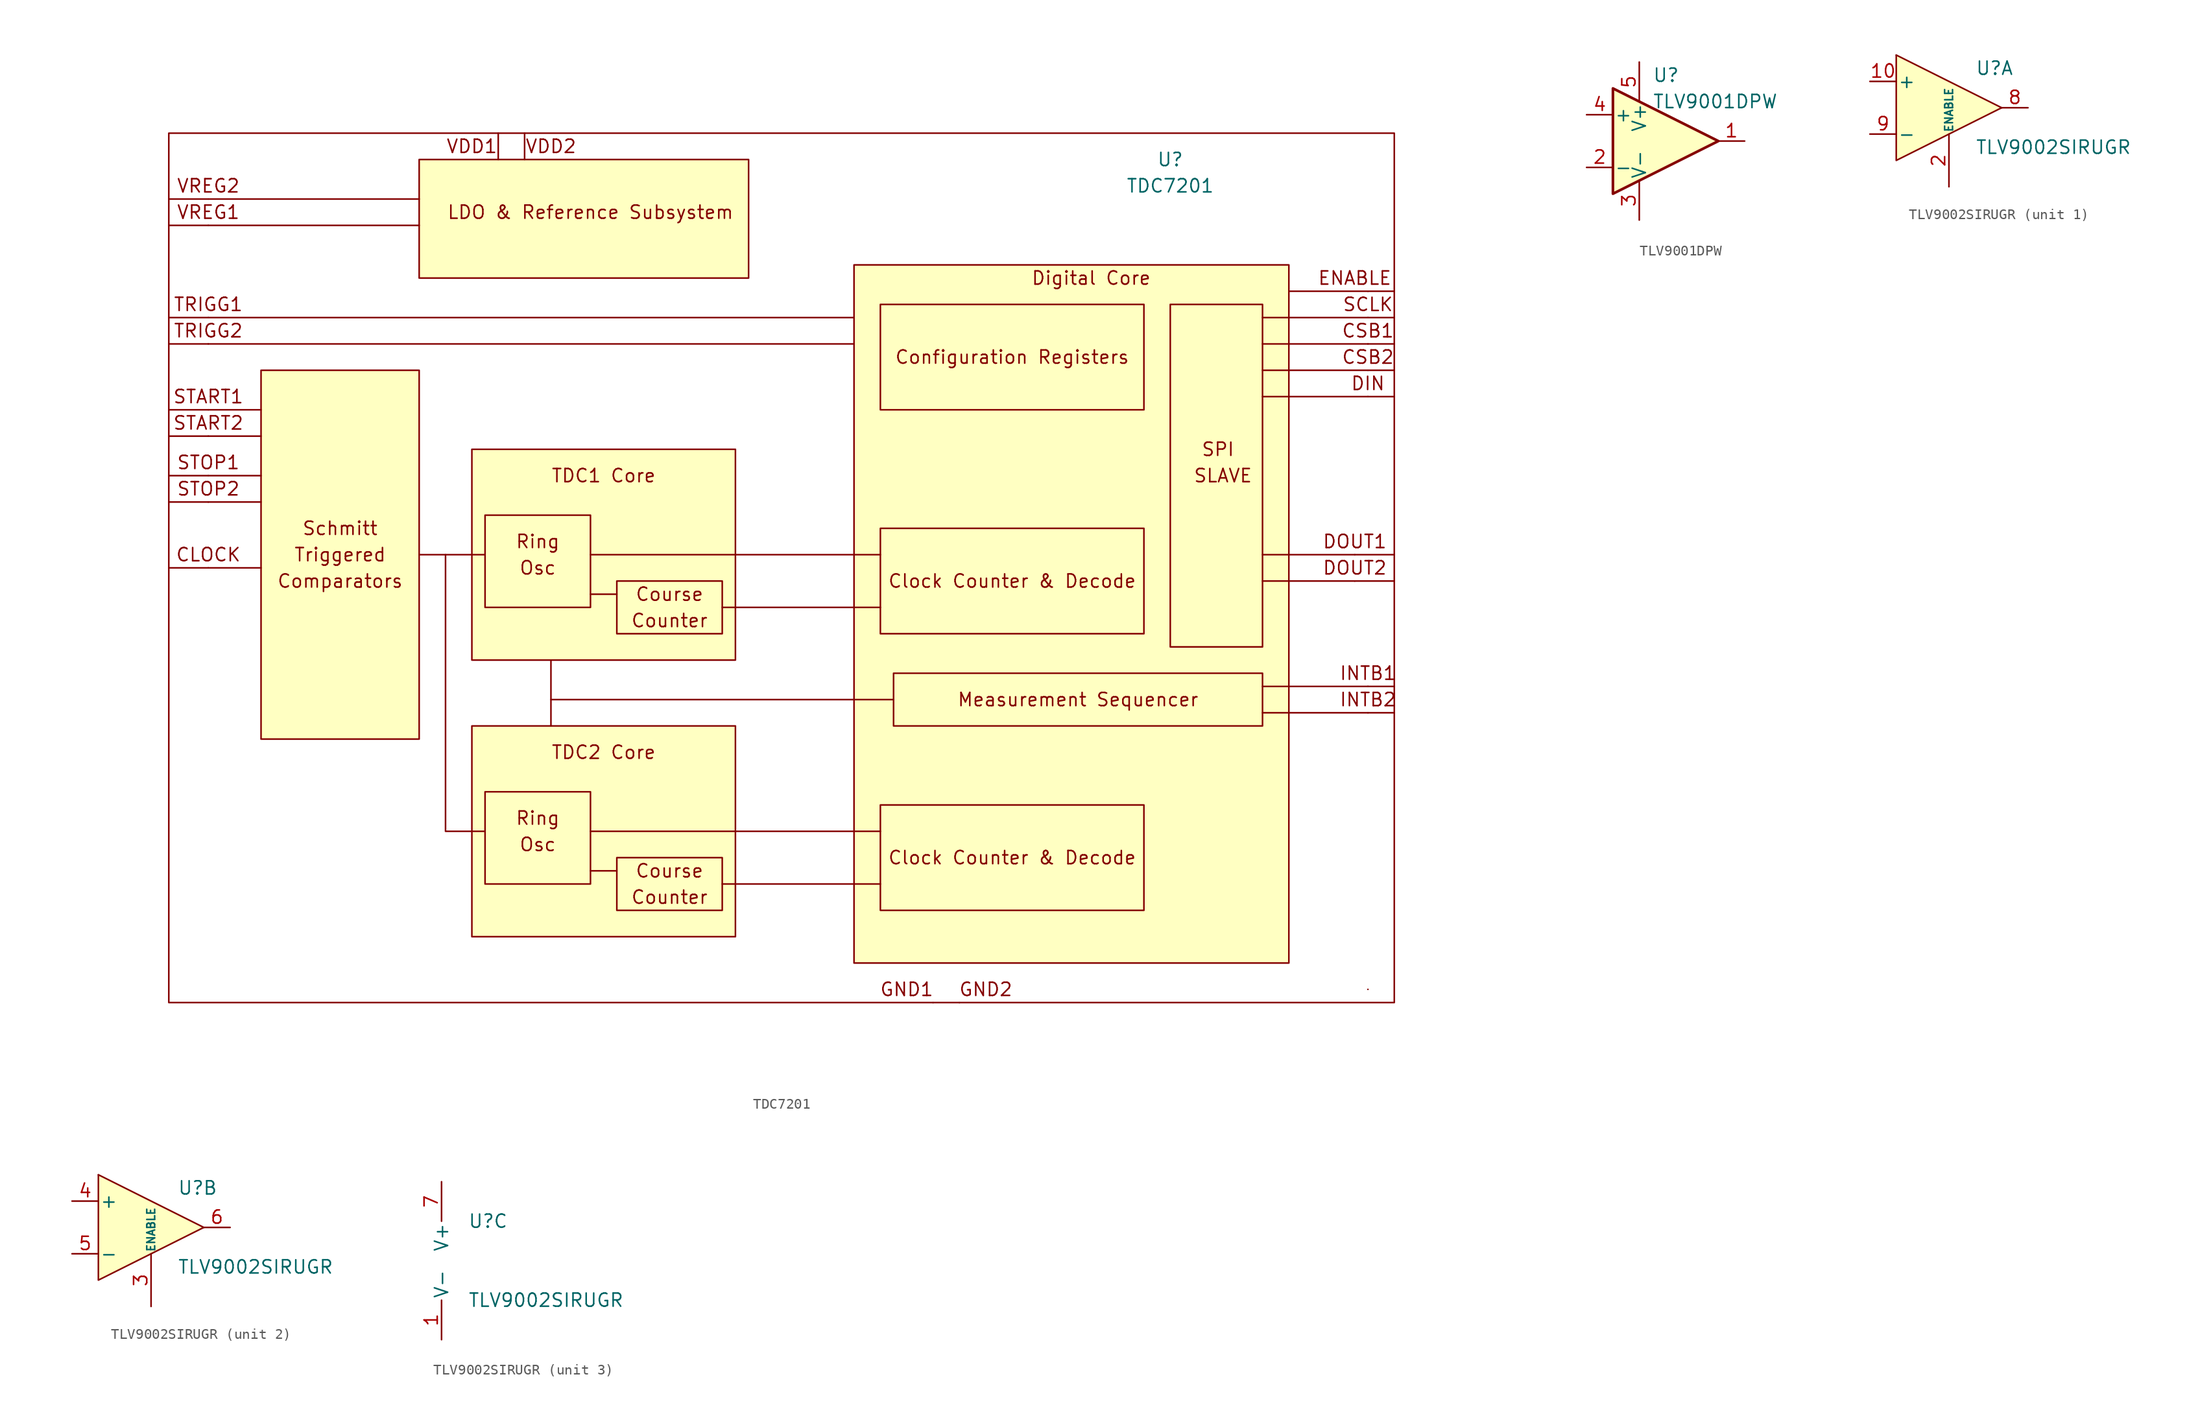
<source format=kicad_sym>
(kicad_symbol_lib
  (version 20220914)
  (generator kicad_symbol_editor)
  (symbol "TDC7201"
    (pin_names
      (offset 1.016))
    (property "Reference" "U"
      (at 34.29 39.37 0)
      (effects (font (size 1.27 1.27))))
    (property "Value" "TDC7201"
      (at 34.29 36.83 0)
      (effects (font (size 1.27 1.27))))
    (symbol "TDC7201_0_0"
      (rectangle (start -62.23 41.91) (end 55.88 -41.91) (stroke (width 0) (type solid)) (fill (type none)))
      (rectangle (start -53.34 19.05) (end -38.1 -16.51) (stroke (width 0) (type solid)) (fill (type background)))
      (rectangle (start -33.02 -15.24) (end -7.62 -35.56) (stroke (width 0) (type solid)) (fill (type background)))
      (rectangle (start -31.75 -21.59) (end -21.59 -30.48) (stroke (width 0) (type solid)) (fill (type none)))
      (rectangle (start -19.05 -27.94) (end -8.89 -33.02) (stroke (width 0) (type solid)) (fill (type none)))
      (rectangle (start -6.35 27.94) (end -38.1 39.37) (stroke (width 0) (type solid)) (fill (type background)))
      (polyline (pts (xy -58.42 0) (xy -53.34 0)) (stroke (width 0) (type solid)) (fill (type none)))
      (polyline (pts (xy -58.42 6.35) (xy -53.34 6.35)) (stroke (width 0) (type solid)) (fill (type none)))
      (polyline (pts (xy -58.42 8.89) (xy -53.34 8.89)) (stroke (width 0) (type solid)) (fill (type none)))
      (polyline (pts (xy -58.42 12.7) (xy -53.34 12.7)) (stroke (width 0) (type solid)) (fill (type none)))
      (polyline (pts (xy -58.42 15.24) (xy -53.34 15.24)) (stroke (width 0) (type solid)) (fill (type none)))
      (polyline (pts (xy -58.42 21.59) (xy 3.81 21.59)) (stroke (width 0) (type solid)) (fill (type none)))
      (polyline (pts (xy -58.42 24.13) (xy 3.81 24.13)) (stroke (width 0) (type solid)) (fill (type none)))
      (polyline (pts (xy -58.42 33.02) (xy -38.1 33.02)) (stroke (width 0) (type solid)) (fill (type none)))
      (polyline (pts (xy -58.42 35.56) (xy -38.1 35.56)) (stroke (width 0) (type solid)) (fill (type none)))
      (polyline (pts (xy -38.1 1.27) (xy -31.75 1.27)) (stroke (width 0) (type solid)) (fill (type none)))
      (polyline (pts (xy -25.4 -12.7) (xy 7.62 -12.7)) (stroke (width 0) (type solid)) (fill (type none)))
      (polyline (pts (xy -25.4 -8.89) (xy -25.4 -15.24)) (stroke (width 0) (type solid)) (fill (type none)))
      (polyline (pts (xy -21.59 -29.21) (xy -19.05 -29.21)) (stroke (width 0) (type solid)) (fill (type none)))
      (polyline (pts (xy -21.59 -25.4) (xy 6.35 -25.4)) (stroke (width 0) (type solid)) (fill (type none)))
      (polyline (pts (xy -21.59 -2.54) (xy -19.05 -2.54)) (stroke (width 0) (type solid)) (fill (type none)))
      (polyline (pts (xy -8.89 -30.48) (xy 6.35 -30.48)) (stroke (width 0) (type solid)) (fill (type none)))
      (polyline (pts (xy -8.89 -3.81) (xy 6.35 -3.81)) (stroke (width 0) (type solid)) (fill (type none)))
      (polyline (pts (xy 6.35 1.27) (xy -21.59 1.27)) (stroke (width 0) (type solid)) (fill (type none)))
      (polyline (pts (xy 43.18 -13.97) (xy 53.34 -13.97)) (stroke (width 0) (type solid)) (fill (type none)))
      (polyline (pts (xy 52.07 -1.27) (xy 43.18 -1.27)) (stroke (width 0) (type solid)) (fill (type none)))
      (polyline (pts (xy 52.07 1.27) (xy 43.18 1.27)) (stroke (width 0) (type solid)) (fill (type none)))
      (polyline (pts (xy 53.34 -11.43) (xy 43.18 -11.43)) (stroke (width 0) (type solid)) (fill (type none)))
      (polyline (pts (xy 53.34 16.51) (xy 43.18 16.51)) (stroke (width 0) (type solid)) (fill (type none)))
      (polyline (pts (xy 53.34 19.05) (xy 43.18 19.05)) (stroke (width 0) (type solid)) (fill (type none)))
      (polyline (pts (xy 53.34 21.59) (xy 43.18 21.59)) (stroke (width 0) (type solid)) (fill (type none)))
      (polyline (pts (xy 53.34 24.13) (xy 43.18 24.13)) (stroke (width 0) (type solid)) (fill (type none)))
      (polyline (pts (xy 53.34 26.67) (xy 45.72 26.67)) (stroke (width 0) (type solid)) (fill (type none)))
      (polyline (pts (xy -35.56 1.27) (xy -35.56 -25.4) (xy -31.75 -25.4)) (stroke (width 0) (type solid)) (fill (type none)))
      (rectangle (start 3.81 29.21) (end 45.72 -38.1) (stroke (width 0) (type solid)) (fill (type background)))
      (rectangle (start 6.35 -22.86) (end 31.75 -33.02) (stroke (width 0) (type solid)) (fill (type background)))
      (rectangle (start 53.34 -40.64) (end 53.34 -40.64) (stroke (width 0) (type solid)) (fill (type none)))
      (text "CLOCK" (at -58.42 1.27 0) (effects (font (size 1.27 1.27))))
      (text "Clock Counter & Decode" (at 19.05 -27.94 0) (effects (font (size 1.27 1.27))))
      (text "Comparators" (at -45.72 -1.27 0) (effects (font (size 1.27 1.27))))
      (text "Configuration Registers" (at 19.05 20.32 0) (effects (font (size 1.27 1.27))))
      (text "Counter" (at -13.97 -31.75 0) (effects (font (size 1.27 1.27))))
      (text "Course" (at -13.97 -29.21 0) (effects (font (size 1.27 1.27))))
      (text "CSB1" (at 53.34 22.86 0) (effects (font (size 1.27 1.27))))
      (text "CSB2" (at 53.34 20.32 0) (effects (font (size 1.27 1.27))))
      (text "Digital Core" (at 26.67 27.94 0) (effects (font (size 1.27 1.27))))
      (text "DIN" (at 53.34 17.78 0) (effects (font (size 1.27 1.27))))
      (text "DOUT1" (at 52.07 2.54 0) (effects (font (size 1.27 1.27))))
      (text "DOUT2" (at 52.07 0 0) (effects (font (size 1.27 1.27))))
      (text "ENABLE" (at 52.07 27.94 0) (effects (font (size 1.27 1.27))))
      (text "GND1" (at 8.89 -40.64 0) (effects (font (size 1.27 1.27))))
      (text "GND2" (at 16.51 -40.64 0) (effects (font (size 1.27 1.27))))
      (text "INTB1" (at 53.34 -10.16 0) (effects (font (size 1.27 1.27))))
      (text "INTB2" (at 53.34 -12.7 0) (effects (font (size 1.27 1.27))))
      (text "LDO & Reference Subsystem" (at -21.59 34.29 0) (effects (font (size 1.27 1.27))))
      (text "Measurement Sequencer" (at 25.4 -12.7 0) (effects (font (size 1.27 1.27))))
      (text "Osc" (at -26.67 -26.67 0) (effects (font (size 1.27 1.27))))
      (text "Ring" (at -26.67 -24.13 0) (effects (font (size 1.27 1.27))))
      (text "Schmitt" (at -45.72 3.81 0) (effects (font (size 1.27 1.27))))
      (text "SCLK" (at 53.34 25.4 0) (effects (font (size 1.27 1.27))))
      (text "SLAVE" (at 39.37 8.89 0) (effects (font (size 1.27 1.27))))
      (text "SPI " (at 39.37 11.43 0) (effects (font (size 1.27 1.27))))
      (text "START1" (at -58.42 16.51 0) (effects (font (size 1.27 1.27))))
      (text "START2" (at -58.42 13.97 0) (effects (font (size 1.27 1.27))))
      (text "STOP1" (at -58.42 10.16 0) (effects (font (size 1.27 1.27))))
      (text "STOP2" (at -58.42 7.62 0) (effects (font (size 1.27 1.27))))
      (text "TDC2 Core" (at -20.32 -17.78 0) (effects (font (size 1.27 1.27))))
      (text "TRIGG1" (at -58.42 25.4 0) (effects (font (size 1.27 1.27))))
      (text "TRIGG2" (at -58.42 22.86 0) (effects (font (size 1.27 1.27))))
      (text "Triggered" (at -45.72 1.27 0) (effects (font (size 1.27 1.27))))
      (text "VDD1" (at -33.02 40.64 0) (effects (font (size 1.27 1.27))))
      (text "VDD2" (at -25.4 40.64 0) (effects (font (size 1.27 1.27))))
      (text "VREG1" (at -58.42 34.29 0) (effects (font (size 1.27 1.27))))
      (text "VREG2" (at -58.42 36.83 0) (effects (font (size 1.27 1.27)))))
    (symbol "TDC7201_1_1"
      (rectangle (start -33.02 11.43) (end -7.62 -8.89) (stroke (width 0) (type solid)) (fill (type background)))
      (rectangle (start -31.75 5.08) (end -21.59 -3.81) (stroke (width 0) (type solid)) (fill (type none)))
      (rectangle (start -19.05 -1.27) (end -8.89 -6.35) (stroke (width 0) (type solid)) (fill (type none)))
      (rectangle (start 6.35 3.81) (end 31.75 -6.35) (stroke (width 0) (type solid)) (fill (type background)))
      (rectangle (start 6.35 15.24) (end 31.75 25.4) (stroke (width 0) (type solid)) (fill (type background)))
      (rectangle (start 7.62 -10.16) (end 43.18 -15.24) (stroke (width 0) (type solid)) (fill (type background)))
      (rectangle (start 34.29 25.4) (end 43.18 -7.62) (stroke (width 0) (type solid)) (fill (type background)))
      (text "Clock Counter & Decode" (at 19.05 -1.27 0) (effects (font (size 1.27 1.27))))
      (text "Counter" (at -13.97 -5.08 0) (effects (font (size 1.27 1.27))))
      (text "Course" (at -13.97 -2.54 0) (effects (font (size 1.27 1.27))))
      (text "Osc" (at -26.67 0 0) (effects (font (size 1.27 1.27))))
      (text "Ring" (at -26.67 2.54 0) (effects (font (size 1.27 1.27))))
      (text "TDC1 Core" (at -20.32 8.89 0) (effects (font (size 1.27 1.27))))
      (pin input line (at -62.23 15.24 0) (length 3.81) (name "START1" (effects (font (size 0 0)))) (number "A1" (effects (font (size 0 0)))))
      (pin output line (at -62.23 24.13 0) (length 3.81) (name "TRIGG1" (effects (font (size 0 0)))) (number "A2" (effects (font (size 0 0)))))
      (pin input line (at 55.88 26.67 180) (length 2.54) (name "ENABLE" (effects (font (size 0 0)))) (number "A3" (effects (font (size 0 0)))))
      (pin power_in line (at -62.23 33.02 0) (length 3.81) (name "VREG1" (effects (font (size 0 0)))) (number "A4" (effects (font (size 0 0)))))
      (pin input line (at 55.88 24.13 180) (length 2.54) (name "SCLK" (effects (font (size 0 0)))) (number "A5" (effects (font (size 0 0)))))
      (pin input line (at -62.23 8.89 0) (length 3.81) (name "STOP1" (effects (font (size 0 0)))) (number "B1" (effects (font (size 0 0)))))
      (pin power_in line (at 11.43 -41.91 90) (length 0) (name "GND1" (effects (font (size 0 0)))) (number "B2" (effects (font (size 0 0)))))
      (pin output line (at 55.88 -11.43 180) (length 2.54) (name "INTB1" (effects (font (size 0 0)))) (number "B3" (effects (font (size 0 0)))))
      (pin power_in line (at -30.48 41.91 270) (length 2.54) (name "VDD1" (effects (font (size 0 0)))) (number "B4" (effects (font (size 0 0)))))
      (pin input line (at 55.88 21.59 180) (length 2.54) (name "CSB1" (effects (font (size 0 0)))) (number "B5" (effects (font (size 0 0)))))
      (pin input line (at -62.23 0 0) (length 3.81) (name "CLOCK" (effects (font (size 0 0)))) (number "C1" (effects (font (size 0 0)))))
      (pin power_in line (at -27.94 41.91 270) (length 2.54) (name "VDD2" (effects (font (size 0 0)))) (number "C4" (effects (font (size 0 0)))))
      (pin output line (at 55.88 1.27 180) (length 3.81) (name "DOUT1" (effects (font (size 0 0)))) (number "C5" (effects (font (size 0 0)))))
      (pin input line (at -62.23 12.7 0) (length 3.81) (name "START2" (effects (font (size 0 0)))) (number "D1" (effects (font (size 0 0)))))
      (pin output line (at -62.23 21.59 0) (length 3.81) (name "TRIGG2" (effects (font (size 0 0)))) (number "D2" (effects (font (size 0 0)))))
      (pin output line (at 55.88 -13.97 180) (length 2.54) (name "INTB2" (effects (font (size 0 0)))) (number "D3" (effects (font (size 0 0)))))
      (pin input line (at 55.88 16.51 180) (length 2.54) (name "DIN" (effects (font (size 0 0)))) (number "D5" (effects (font (size 0 0)))))
      (pin input line (at -62.23 6.35 0) (length 3.81) (name "STOP2" (effects (font (size 0 0)))) (number "E1" (effects (font (size 0 0)))))
      (pin power_in line (at 13.97 -41.91 90) (length 0) (name "GND2" (effects (font (size 0 0)))) (number "E2" (effects (font (size 0 0)))))
      (pin output line (at 55.88 -1.27 180) (length 3.81) (name "DOUT2" (effects (font (size 0 0)))) (number "E3" (effects (font (size 0 0)))))
      (pin power_in line (at -62.23 35.56 0) (length 3.81) (name "VREG2" (effects (font (size 0 0)))) (number "E4" (effects (font (size 0 0)))))
      (pin input line (at 55.88 19.05 180) (length 2.54) (name "CSB2" (effects (font (size 0 0)))) (number "E5" (effects (font (size 0 0)))))))
  (symbol "TLV9001DPW"
    (pin_names
      (offset 0.127))
    (property "Reference" "U"
      (at -1.27 6.35 0)
      (effects (font (size 1.27 1.27)) (justify left)))
    (property "Value" "TLV9001DPW"
      (at -1.27 3.81 0)
      (effects (font (size 1.27 1.27)) (justify left)))
    (symbol "TLV9001DPW_0_1"
      (polyline (pts (xy -5.08 5.08) (xy 5.08 0) (xy -5.08 -5.08) (xy -5.08 5.08)) (stroke (width 0.254) (type solid)) (fill (type background)))
      (pin power_in line (at -2.54 -7.62 90) (length 3.81) (name "V-" (effects (font (size 1.27 1.27)))) (number "3" (effects (font (size 1.27 1.27)))))
      (pin power_in line (at -2.54 7.62 270) (length 3.81) (name "V+" (effects (font (size 1.27 1.27)))) (number "5" (effects (font (size 1.27 1.27))))))
    (symbol "TLV9001DPW_1_1"
      (pin output line (at 7.62 0 180) (length 2.54) (name "~" (effects (font (size 1.27 1.27)))) (number "1" (effects (font (size 1.27 1.27)))))
      (pin input line (at -7.62 -2.54 0) (length 2.54) (name "-" (effects (font (size 1.27 1.27)))) (number "2" (effects (font (size 1.27 1.27)))))
      (pin input line (at -7.62 2.54 0) (length 2.54) (name "+" (effects (font (size 1.27 1.27)))) (number "4" (effects (font (size 1.27 1.27)))))))
  (symbol "TLV9002SIRUGR"
    (pin_names
      (offset 0.127))
    (property "Reference" "U"
      (at 2.54 3.81 0)
      (effects (font (size 1.27 1.27)) (justify left)))
    (property "Value" "TLV9002SIRUGR"
      (at 2.54 -3.81 0)
      (effects (font (size 1.27 1.27)) (justify left)))
    (property "ki_locked" ""
      (at 0 0 0)
      (effects (font (size 1.27 1.27))))
    (symbol "TLV9002SIRUGR_1_1"
      (polyline (pts (xy -5.08 5.08) (xy 5.08 0)) (stroke (width 0) (type solid)) (fill (type background)))
      (polyline (pts (xy -5.08 5.08) (xy -5.08 -5.08) (xy 5.08 0)) (stroke (width 0) (type solid)) (fill (type background)))
      (pin input line (at -7.62 2.54 0) (length 2.54) (name "+" (effects (font (size 1.27 1.27)))) (number "10" (effects (font (size 1.27 1.27)))))
      (pin input line (at 0 -7.62 90) (length 5.08) (name "ENABLE" (effects (font (size 0.762 0.762)))) (number "2" (effects (font (size 1.27 1.27)))))
      (pin output line (at 7.62 0 180) (length 2.54) (name "~" (effects (font (size 1.27 1.27)))) (number "8" (effects (font (size 1.27 1.27)))))
      (pin input line (at -7.62 -2.54 0) (length 2.54) (name "-" (effects (font (size 1.27 1.27)))) (number "9" (effects (font (size 1.27 1.27))))))
    (symbol "TLV9002SIRUGR_2_1"
      (polyline (pts (xy -5.08 5.08) (xy 5.08 0)) (stroke (width 0) (type solid)) (fill (type background)))
      (polyline (pts (xy -5.08 5.08) (xy -5.08 -5.08) (xy 5.08 0)) (stroke (width 0) (type solid)) (fill (type background)))
      (pin input line (at 0 -7.62 90) (length 5.08) (name "ENABLE" (effects (font (size 0.762 0.762)))) (number "3" (effects (font (size 1.27 1.27)))))
      (pin input line (at -7.62 2.54 0) (length 2.54) (name "+" (effects (font (size 1.27 1.27)))) (number "4" (effects (font (size 1.27 1.27)))))
      (pin input line (at -7.62 -2.54 0) (length 2.54) (name "-" (effects (font (size 1.27 1.27)))) (number "5" (effects (font (size 1.27 1.27)))))
      (pin output line (at 7.62 0 180) (length 2.54) (name "~" (effects (font (size 1.27 1.27)))) (number "6" (effects (font (size 1.27 1.27))))))
    (symbol "TLV9002SIRUGR_3_1"
      (pin power_in line (at 0 -7.62 90) (length 3.81) (name "V-" (effects (font (size 1.27 1.27)))) (number "1" (effects (font (size 1.27 1.27)))))
      (pin power_in line (at 0 7.62 270) (length 3.81) (name "V+" (effects (font (size 1.27 1.27)))) (number "7" (effects (font (size 1.27 1.27))))))))
</source>
